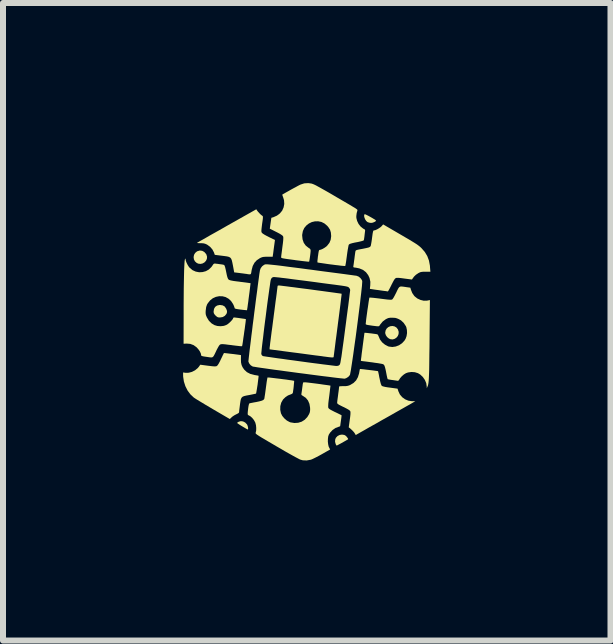
<source format=kicad_pcb>
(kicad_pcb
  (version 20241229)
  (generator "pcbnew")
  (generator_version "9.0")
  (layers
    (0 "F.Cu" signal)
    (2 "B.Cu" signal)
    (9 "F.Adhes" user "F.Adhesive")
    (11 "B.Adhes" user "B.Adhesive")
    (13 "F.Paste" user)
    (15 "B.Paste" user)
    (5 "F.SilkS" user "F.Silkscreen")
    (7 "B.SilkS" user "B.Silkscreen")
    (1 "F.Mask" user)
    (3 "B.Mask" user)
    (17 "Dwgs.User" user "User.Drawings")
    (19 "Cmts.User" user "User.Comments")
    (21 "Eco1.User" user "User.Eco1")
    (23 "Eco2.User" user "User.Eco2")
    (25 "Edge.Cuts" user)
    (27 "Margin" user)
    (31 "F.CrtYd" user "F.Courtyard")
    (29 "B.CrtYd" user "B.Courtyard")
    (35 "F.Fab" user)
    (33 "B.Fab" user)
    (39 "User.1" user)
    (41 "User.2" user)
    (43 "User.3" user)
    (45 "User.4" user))
  (footprint "Logo_5x5mm"
    (layer "F.Cu")
    (at 2.083 2.33)
    (property "Reference" "Logo_5x5mm" (at 0 0 0) (layer "F.SilkS") (effects (font (size 0.001 0.001) (thickness 0.15))))
    (attr board_only exclude_from_pos_files exclude_from_bom)
    (fp_poly (pts (xy -1.765 -1.202) (xy -1.73 -1.183) (xy -1.701 -1.15) (xy -1.695 -1.14) (xy -1.684 -1.103) (xy -1.687 -1.068) (xy -1.702 -1.036) (xy -1.726 -1.01) (xy -1.757 -0.992) (xy -1.792 -0.984) (xy -1.829 -0.988) (xy -1.856 -1) (xy -1.886 -1.027) (xy -1.903 -1.06) (xy -1.908 -1.098) (xy -1.901 -1.135) (xy -1.882 -1.167) (xy -1.851 -1.193) (xy -1.846 -1.195) (xy -1.805 -1.207)) (stroke (width 0) (type solid)) (fill yes) (layer "F.SilkS"))
    (fp_poly (pts (xy 1.439 0.057) (xy 1.471 0.076) (xy 1.495 0.107) (xy 1.496 0.109) (xy 1.508 0.147) (xy 1.506 0.184) (xy 1.493 0.217) (xy 1.47 0.245) (xy 1.441 0.264) (xy 1.407 0.274) (xy 1.37 0.27) (xy 1.344 0.258) (xy 1.315 0.234) (xy 1.294 0.203) (xy 1.284 0.171) (xy 1.283 0.164) (xy 1.29 0.124) (xy 1.309 0.091) (xy 1.336 0.068) (xy 1.369 0.054) (xy 1.404 0.05)) (stroke (width 0) (type solid)) (fill yes) (layer "F.SilkS"))
    (fp_poly (pts (xy -1.084 1.64) (xy -1.049 1.658) (xy -1.02 1.688) (xy -1.016 1.694) (xy -1.008 1.714) (xy -1.002 1.737) (xy -1 1.758) (xy -1.002 1.772) (xy -1.006 1.774) (xy -1.015 1.77) (xy -1.036 1.759) (xy -1.064 1.742) (xy -1.098 1.722) (xy -1.131 1.702) (xy -1.158 1.684) (xy -1.177 1.671) (xy -1.183 1.665) (xy -1.183 1.665) (xy -1.177 1.657) (xy -1.16 1.647) (xy -1.157 1.645) (xy -1.121 1.635)) (stroke (width 0) (type solid)) (fill yes) (layer "F.SilkS"))
    (fp_poly (pts (xy 0.951 -1.81) (xy 0.971 -1.801) (xy 0.999 -1.787) (xy 1.03 -1.77) (xy 1.062 -1.752) (xy 1.092 -1.734) (xy 1.115 -1.72) (xy 1.128 -1.709) (xy 1.13 -1.707) (xy 1.127 -1.698) (xy 1.113 -1.687) (xy 1.091 -1.677) (xy 1.067 -1.669) (xy 1.046 -1.667) (xy 1.017 -1.671) (xy 0.989 -1.681) (xy 0.987 -1.682) (xy 0.967 -1.7) (xy 0.95 -1.725) (xy 0.938 -1.754) (xy 0.932 -1.781) (xy 0.934 -1.802) (xy 0.941 -1.812)) (stroke (width 0) (type solid)) (fill yes) (layer "F.SilkS"))
    (fp_poly (pts (xy -1.423 -0.293) (xy -1.39 -0.274) (xy -1.367 -0.24) (xy -1.366 -0.239) (xy -1.354 -0.208) (xy -1.351 -0.184) (xy -1.357 -0.161) (xy -1.363 -0.149) (xy -1.388 -0.119) (xy -1.423 -0.099) (xy -1.467 -0.092) (xy -1.47 -0.092) (xy -1.495 -0.093) (xy -1.514 -0.1) (xy -1.533 -0.115) (xy -1.543 -0.124) (xy -1.562 -0.146) (xy -1.572 -0.165) (xy -1.575 -0.187) (xy -1.575 -0.191) (xy -1.568 -0.235) (xy -1.549 -0.268) (xy -1.518 -0.29) (xy -1.476 -0.3) (xy -1.467 -0.3)) (stroke (width 0) (type solid)) (fill yes) (layer "F.SilkS"))
    (fp_poly (pts (xy 0.602 1.865) (xy 0.616 1.872) (xy 0.632 1.884) (xy 0.647 1.902) (xy 0.66 1.919) (xy 0.666 1.933) (xy 0.665 1.937) (xy 0.656 1.943) (xy 0.635 1.955) (xy 0.607 1.971) (xy 0.575 1.989) (xy 0.543 2.007) (xy 0.514 2.022) (xy 0.491 2.035) (xy 0.477 2.041) (xy 0.475 2.042) (xy 0.468 2.035) (xy 0.459 2.018) (xy 0.458 2.015) (xy 0.448 1.977) (xy 0.451 1.939) (xy 0.462 1.912) (xy 0.49 1.883) (xy 0.525 1.865) (xy 0.564 1.859)) (stroke (width 0) (type solid)) (fill yes) (layer "F.SilkS"))
    (fp_poly (pts (xy -0.475 -0.624) (xy -0.449 -0.621) (xy -0.409 -0.616) (xy -0.359 -0.61) (xy -0.299 -0.602) (xy -0.232 -0.594) (xy -0.159 -0.584) (xy -0.081 -0.574) (xy -0.001 -0.564) (xy 0.079 -0.553) (xy 0.159 -0.542) (xy 0.236 -0.532) (xy 0.308 -0.522) (xy 0.375 -0.513) (xy 0.434 -0.505) (xy 0.483 -0.498) (xy 0.521 -0.493) (xy 0.547 -0.489) (xy 0.557 -0.487) (xy 0.557 -0.487) (xy 0.557 -0.478) (xy 0.555 -0.455) (xy 0.55 -0.417) (xy 0.544 -0.367) (xy 0.537 -0.307) (xy 0.528 -0.237) (xy 0.518 -0.158) (xy 0.507 -0.073) (xy 0.495 0.017) (xy 0.493 0.035) (xy 0.481 0.127) (xy 0.47 0.213) (xy 0.459 0.293) (xy 0.45 0.366) (xy 0.442 0.429) (xy 0.435 0.482) (xy 0.43 0.523) (xy 0.426 0.551) (xy 0.425 0.564) (xy 0.425 0.565) (xy 0.423 0.57) (xy 0.414 0.573) (xy 0.398 0.574) (xy 0.373 0.572) (xy 0.335 0.568) (xy 0.284 0.561) (xy 0.258 0.558) (xy 0.227 0.553) (xy 0.18 0.547) (xy 0.122 0.54) (xy 0.055 0.531) (xy -0.02 0.521) (xy -0.101 0.51) (xy -0.184 0.499) (xy -0.248 0.491) (xy -0.642 0.439) (xy -0.642 0.417) (xy -0.641 0.405) (xy -0.637 0.378) (xy -0.633 0.338) (xy -0.626 0.285) (xy -0.618 0.222) (xy -0.609 0.15) (xy -0.598 0.071) (xy -0.587 -0.015) (xy -0.575 -0.105) (xy -0.575 -0.108) (xy -0.563 -0.198) (xy -0.552 -0.283) (xy -0.542 -0.362) (xy -0.532 -0.432) (xy -0.524 -0.494) (xy -0.518 -0.545) (xy -0.513 -0.583) (xy -0.51 -0.608) (xy -0.508 -0.619) (xy -0.508 -0.619) (xy -0.501 -0.623) (xy -0.488 -0.625)) (stroke (width 0) (type solid)) (fill yes) (layer "F.SilkS"))
    (fp_poly (pts (xy -0.851 -1.874) (xy -0.835 -1.853) (xy -0.812 -1.828) (xy -0.789 -1.805) (xy -0.769 -1.789) (xy -0.764 -1.786) (xy -0.758 -1.782) (xy -0.755 -1.776) (xy -0.754 -1.765) (xy -0.754 -1.747) (xy -0.757 -1.719) (xy -0.763 -1.678) (xy -0.767 -1.651) (xy -0.773 -1.602) (xy -0.777 -1.567) (xy -0.779 -1.542) (xy -0.779 -1.526) (xy -0.777 -1.514) (xy -0.772 -1.505) (xy -0.771 -1.503) (xy -0.756 -1.489) (xy -0.728 -1.471) (xy -0.688 -1.449) (xy -0.655 -1.432) (xy -0.553 -1.383) (xy -0.572 -1.244) (xy -0.578 -1.198) (xy -0.583 -1.158) (xy -0.588 -1.127) (xy -0.59 -1.108) (xy -0.591 -1.103) (xy -0.599 -1.103) (xy -0.62 -1.103) (xy -0.651 -1.103) (xy -0.673 -1.103) (xy -0.712 -1.103) (xy -0.741 -1.101) (xy -0.763 -1.097) (xy -0.785 -1.089) (xy -0.802 -1.081) (xy -0.854 -1.047) (xy -0.894 -1.004) (xy -0.923 -0.95) (xy -0.941 -0.883) (xy -0.943 -0.871) (xy -0.948 -0.839) (xy -0.953 -0.82) (xy -0.963 -0.811) (xy -0.981 -0.81) (xy -1.01 -0.814) (xy -1.025 -0.817) (xy -1.05 -0.82) (xy -1.085 -0.825) (xy -1.126 -0.83) (xy -1.147 -0.833) (xy -1.232 -0.843) (xy -1.253 -0.957) (xy -1.263 -1.007) (xy -1.272 -1.045) (xy -1.283 -1.071) (xy -1.298 -1.089) (xy -1.32 -1.101) (xy -1.352 -1.109) (xy -1.395 -1.115) (xy -1.435 -1.12) (xy -1.555 -1.135) (xy -1.57 -1.177) (xy -1.596 -1.226) (xy -1.635 -1.27) (xy -1.683 -1.305) (xy -1.687 -1.307) (xy -1.714 -1.319) (xy -1.74 -1.326) (xy -1.773 -1.329) (xy -1.793 -1.329) (xy -1.823 -1.33) (xy -1.843 -1.331) (xy -1.852 -1.334) (xy -1.852 -1.334) (xy -1.844 -1.339) (xy -1.822 -1.352) (xy -1.789 -1.371) (xy -1.744 -1.396) (xy -1.69 -1.427) (xy -1.628 -1.463) (xy -1.558 -1.502) (xy -1.481 -1.545) (xy -1.4 -1.591) (xy -1.355 -1.617) (xy -0.864 -1.894)) (stroke (width 0) (type solid)) (fill yes) (layer "F.SilkS"))
    (fp_poly (pts (xy -1.372 0.503) (xy -1.338 0.507) (xy -1.297 0.512) (xy -1.26 0.516) (xy -1.119 0.535) (xy -1.12 0.607) (xy -1.118 0.659) (xy -1.109 0.7) (xy -1.093 0.736) (xy -1.068 0.773) (xy -1.063 0.779) (xy -1.02 0.819) (xy -0.964 0.848) (xy -0.897 0.866) (xy -0.891 0.867) (xy -0.861 0.872) (xy -0.838 0.876) (xy -0.827 0.879) (xy -0.826 0.879) (xy -0.826 0.889) (xy -0.828 0.911) (xy -0.832 0.943) (xy -0.837 0.982) (xy -0.842 1.025) (xy -0.849 1.068) (xy -0.855 1.107) (xy -0.861 1.141) (xy -0.865 1.164) (xy -0.868 1.175) (xy -0.869 1.176) (xy -0.879 1.179) (xy -0.903 1.184) (xy -0.936 1.191) (xy -0.976 1.199) (xy -0.981 1.2) (xy -1.031 1.209) (xy -1.068 1.218) (xy -1.093 1.229) (xy -1.11 1.246) (xy -1.121 1.27) (xy -1.128 1.304) (xy -1.135 1.351) (xy -1.136 1.36) (xy -1.141 1.401) (xy -1.146 1.438) (xy -1.149 1.466) (xy -1.15 1.482) (xy -1.15 1.482) (xy -1.154 1.495) (xy -1.168 1.506) (xy -1.195 1.52) (xy -1.198 1.521) (xy -1.23 1.538) (xy -1.26 1.558) (xy -1.275 1.571) (xy -1.305 1.6) (xy -1.584 1.437) (xy -1.648 1.399) (xy -1.709 1.363) (xy -1.765 1.329) (xy -1.815 1.299) (xy -1.856 1.274) (xy -1.887 1.254) (xy -1.905 1.242) (xy -1.906 1.241) (xy -1.961 1.189) (xy -2.008 1.126) (xy -2.045 1.053) (xy -2.07 0.975) (xy -2.082 0.895) (xy -2.083 0.868) (xy -2.083 0.824) (xy -2.043 0.83) (xy -1.99 0.829) (xy -1.935 0.814) (xy -1.884 0.788) (xy -1.839 0.751) (xy -1.819 0.727) (xy -1.797 0.695) (xy -1.669 0.712) (xy -1.619 0.718) (xy -1.582 0.722) (xy -1.556 0.723) (xy -1.538 0.722) (xy -1.526 0.719) (xy -1.522 0.717) (xy -1.508 0.704) (xy -1.489 0.675) (xy -1.466 0.631) (xy -1.454 0.605) (xy -1.436 0.568) (xy -1.421 0.536) (xy -1.409 0.513) (xy -1.404 0.502) (xy -1.403 0.501) (xy -1.394 0.501)) (stroke (width 0) (type solid)) (fill yes) (layer "F.SilkS"))
    (fp_poly (pts (xy 0.872 0.767) (xy 0.894 0.769) (xy 0.926 0.772) (xy 0.965 0.777) (xy 1.008 0.782) (xy 1.051 0.787) (xy 1.091 0.792) (xy 1.126 0.797) (xy 1.151 0.8) (xy 1.163 0.803) (xy 1.164 0.803) (xy 1.166 0.811) (xy 1.171 0.833) (xy 1.178 0.865) (xy 1.185 0.905) (xy 1.188 0.917) (xy 1.2 0.974) (xy 1.211 1.015) (xy 1.221 1.039) (xy 1.225 1.045) (xy 1.235 1.052) (xy 1.254 1.058) (xy 1.283 1.065) (xy 1.325 1.072) (xy 1.365 1.077) (xy 1.489 1.094) (xy 1.503 1.138) (xy 1.528 1.191) (xy 1.566 1.236) (xy 1.614 1.271) (xy 1.669 1.294) (xy 1.728 1.303) (xy 1.729 1.303) (xy 1.784 1.303) (xy 1.761 1.317) (xy 1.749 1.324) (xy 1.725 1.338) (xy 1.689 1.359) (xy 1.642 1.385) (xy 1.586 1.417) (xy 1.522 1.453) (xy 1.451 1.493) (xy 1.376 1.536) (xy 1.296 1.581) (xy 1.292 1.583) (xy 1.212 1.628) (xy 1.136 1.672) (xy 1.064 1.712) (xy 1 1.748) (xy 0.943 1.781) (xy 0.895 1.808) (xy 0.858 1.829) (xy 0.832 1.844) (xy 0.819 1.851) (xy 0.819 1.851) (xy 0.793 1.867) (xy 0.78 1.844) (xy 0.763 1.819) (xy 0.734 1.788) (xy 0.699 1.756) (xy 0.694 1.752) (xy 0.676 1.738) (xy 0.693 1.614) (xy 0.7 1.562) (xy 0.704 1.524) (xy 0.705 1.497) (xy 0.704 1.479) (xy 0.701 1.469) (xy 0.691 1.457) (xy 0.671 1.443) (xy 0.639 1.425) (xy 0.593 1.401) (xy 0.587 1.399) (xy 0.545 1.378) (xy 0.516 1.363) (xy 0.497 1.351) (xy 0.487 1.342) (xy 0.484 1.333) (xy 0.483 1.33) (xy 0.484 1.315) (xy 0.487 1.287) (xy 0.492 1.25) (xy 0.498 1.206) (xy 0.5 1.188) (xy 0.506 1.144) (xy 0.511 1.106) (xy 0.514 1.077) (xy 0.516 1.061) (xy 0.517 1.058) (xy 0.524 1.055) (xy 0.545 1.053) (xy 0.574 1.052) (xy 0.586 1.052) (xy 0.625 1.052) (xy 0.654 1.048) (xy 0.68 1.041) (xy 0.701 1.032) (xy 0.756 0.999) (xy 0.799 0.956) (xy 0.829 0.902) (xy 0.849 0.837) (xy 0.851 0.823) (xy 0.856 0.795) (xy 0.86 0.775) (xy 0.863 0.767)) (stroke (width 0) (type solid)) (fill yes) (layer "F.SilkS"))
    (fp_poly (pts (xy 1.539 -1.473) (xy 1.614 -1.429) (xy 1.676 -1.393) (xy 1.727 -1.362) (xy 1.768 -1.337) (xy 1.801 -1.316) (xy 1.827 -1.298) (xy 1.849 -1.281) (xy 1.867 -1.266) (xy 1.884 -1.25) (xy 1.888 -1.246) (xy 1.943 -1.183) (xy 1.984 -1.115) (xy 2.012 -1.04) (xy 2.028 -0.955) (xy 2.03 -0.925) (xy 2.036 -0.854) (xy 1.957 -0.854) (xy 1.919 -0.854) (xy 1.892 -0.851) (xy 1.871 -0.847) (xy 1.85 -0.838) (xy 1.835 -0.83) (xy 1.795 -0.803) (xy 1.763 -0.772) (xy 1.742 -0.743) (xy 1.729 -0.724) (xy 1.604 -0.74) (xy 1.553 -0.747) (xy 1.515 -0.751) (xy 1.488 -0.752) (xy 1.47 -0.751) (xy 1.458 -0.747) (xy 1.458 -0.747) (xy 1.446 -0.737) (xy 1.431 -0.717) (xy 1.413 -0.684) (xy 1.389 -0.638) (xy 1.386 -0.631) (xy 1.367 -0.593) (xy 1.35 -0.561) (xy 1.337 -0.538) (xy 1.329 -0.527) (xy 1.327 -0.526) (xy 1.317 -0.527) (xy 1.294 -0.531) (xy 1.259 -0.535) (xy 1.216 -0.541) (xy 1.176 -0.547) (xy 1.129 -0.553) (xy 1.088 -0.559) (xy 1.056 -0.564) (xy 1.035 -0.567) (xy 1.029 -0.569) (xy 1.029 -0.577) (xy 1.031 -0.598) (xy 1.034 -0.621) (xy 1.036 -0.687) (xy 1.022 -0.75) (xy 1 -0.797) (xy 0.963 -0.846) (xy 0.914 -0.884) (xy 0.854 -0.909) (xy 0.797 -0.921) (xy 0.77 -0.924) (xy 0.756 -0.928) (xy 0.752 -0.935) (xy 0.753 -0.948) (xy 0.753 -0.949) (xy 0.756 -0.965) (xy 0.76 -0.994) (xy 0.765 -1.032) (xy 0.771 -1.074) (xy 0.771 -1.075) (xy 0.776 -1.116) (xy 0.781 -1.153) (xy 0.785 -1.181) (xy 0.788 -1.196) (xy 0.788 -1.197) (xy 0.791 -1.204) (xy 0.799 -1.211) (xy 0.815 -1.217) (xy 0.841 -1.223) (xy 0.881 -1.231) (xy 0.894 -1.233) (xy 0.944 -1.243) (xy 0.981 -1.251) (xy 1.006 -1.257) (xy 1.023 -1.264) (xy 1.033 -1.271) (xy 1.04 -1.28) (xy 1.041 -1.281) (xy 1.045 -1.295) (xy 1.05 -1.322) (xy 1.056 -1.357) (xy 1.062 -1.398) (xy 1.062 -1.4) (xy 1.069 -1.452) (xy 1.074 -1.489) (xy 1.079 -1.514) (xy 1.083 -1.53) (xy 1.087 -1.538) (xy 1.092 -1.541) (xy 1.099 -1.542) (xy 1.12 -1.547) (xy 1.149 -1.56) (xy 1.18 -1.578) (xy 1.208 -1.598) (xy 1.224 -1.613) (xy 1.249 -1.642)) (stroke (width 0) (type solid)) (fill yes) (layer "F.SilkS"))
    (fp_poly (pts (xy 1.584 -0.605) (xy 1.626 -0.599) (xy 1.637 -0.597) (xy 1.702 -0.588) (xy 1.712 -0.554) (xy 1.734 -0.499) (xy 1.764 -0.455) (xy 1.776 -0.442) (xy 1.819 -0.408) (xy 1.871 -0.384) (xy 1.925 -0.371) (xy 1.978 -0.372) (xy 1.989 -0.374) (xy 2.028 -0.382) (xy 2.022 0.278) (xy 2.021 0.405) (xy 2.019 0.517) (xy 2.018 0.615) (xy 2.017 0.699) (xy 2.016 0.771) (xy 2.014 0.832) (xy 2.012 0.883) (xy 2.01 0.926) (xy 2.008 0.96) (xy 2.005 0.988) (xy 2.002 1.011) (xy 1.998 1.029) (xy 1.994 1.044) (xy 1.989 1.057) (xy 1.987 1.06) (xy 1.976 1.087) (xy 1.975 1.058) (xy 1.967 1.002) (xy 1.944 0.948) (xy 1.91 0.899) (xy 1.867 0.859) (xy 1.829 0.836) (xy 1.777 0.82) (xy 1.72 0.816) (xy 1.664 0.824) (xy 1.629 0.836) (xy 1.595 0.857) (xy 1.56 0.887) (xy 1.531 0.92) (xy 1.515 0.946) (xy 1.503 0.961) (xy 1.488 0.963) (xy 1.472 0.96) (xy 1.445 0.956) (xy 1.411 0.951) (xy 1.4 0.95) (xy 1.367 0.945) (xy 1.341 0.94) (xy 1.326 0.936) (xy 1.324 0.935) (xy 1.321 0.925) (xy 1.315 0.902) (xy 1.308 0.87) (xy 1.301 0.833) (xy 1.291 0.782) (xy 1.282 0.745) (xy 1.274 0.719) (xy 1.266 0.702) (xy 1.256 0.691) (xy 1.244 0.685) (xy 1.243 0.685) (xy 1.228 0.681) (xy 1.2 0.676) (xy 1.16 0.669) (xy 1.113 0.663) (xy 1.061 0.655) (xy 1.05 0.654) (xy 0.999 0.647) (xy 0.954 0.641) (xy 0.917 0.637) (xy 0.891 0.633) (xy 0.879 0.631) (xy 0.878 0.631) (xy 0.879 0.622) (xy 0.881 0.6) (xy 0.886 0.565) (xy 0.891 0.519) (xy 0.898 0.466) (xy 0.906 0.406) (xy 0.907 0.396) (xy 0.938 0.163) (xy 0.959 0.164) (xy 0.983 0.166) (xy 1.016 0.17) (xy 1.053 0.174) (xy 1.089 0.179) (xy 1.12 0.183) (xy 1.143 0.187) (xy 1.151 0.188) (xy 1.162 0.198) (xy 1.172 0.218) (xy 1.174 0.223) (xy 1.197 0.276) (xy 1.233 0.323) (xy 1.279 0.361) (xy 1.33 0.388) (xy 1.345 0.393) (xy 1.402 0.4) (xy 1.459 0.392) (xy 1.514 0.371) (xy 1.564 0.337) (xy 1.604 0.294) (xy 1.623 0.263) (xy 1.639 0.219) (xy 1.647 0.168) (xy 1.645 0.117) (xy 1.635 0.07) (xy 1.627 0.052) (xy 1.591 -0.002) (xy 1.547 -0.043) (xy 1.51 -0.064) (xy 1.479 -0.077) (xy 1.451 -0.085) (xy 1.418 -0.087) (xy 1.4 -0.087) (xy 1.364 -0.087) (xy 1.338 -0.083) (xy 1.315 -0.074) (xy 1.292 -0.062) (xy 1.242 -0.025) (xy 1.2 0.026) (xy 1.188 0.045) (xy 1.183 0.051) (xy 1.176 0.054) (xy 1.163 0.055) (xy 1.142 0.054) (xy 1.11 0.05) (xy 1.069 0.045) (xy 1.023 0.038) (xy 0.991 0.033) (xy 0.971 0.028) (xy 0.961 0.022) (xy 0.958 0.017) (xy 0.96 0.002) (xy 0.963 -0.026) (xy 0.967 -0.064) (xy 0.973 -0.109) (xy 0.98 -0.159) (xy 0.987 -0.212) (xy 0.995 -0.263) (xy 1.002 -0.312) (xy 1.008 -0.355) (xy 1.014 -0.39) (xy 1.018 -0.413) (xy 1.02 -0.423) (xy 1.02 -0.423) (xy 1.03 -0.423) (xy 1.053 -0.422) (xy 1.088 -0.419) (xy 1.132 -0.414) (xy 1.183 -0.408) (xy 1.203 -0.405) (xy 1.267 -0.397) (xy 1.315 -0.391) (xy 1.351 -0.388) (xy 1.376 -0.387) (xy 1.392 -0.389) (xy 1.399 -0.391) (xy 1.409 -0.402) (xy 1.425 -0.426) (xy 1.444 -0.461) (xy 1.465 -0.503) (xy 1.466 -0.504) (xy 1.486 -0.547) (xy 1.502 -0.577) (xy 1.516 -0.596) (xy 1.532 -0.606) (xy 1.553 -0.608)) (stroke (width 0) (type solid)) (fill yes) (layer "F.SilkS"))
    (fp_poly (pts (xy 0.058 -2.322) (xy 0.069 -2.318) (xy 0.081 -2.314) (xy 0.095 -2.308) (xy 0.113 -2.3) (xy 0.135 -2.289) (xy 0.162 -2.274) (xy 0.195 -2.256) (xy 0.236 -2.233) (xy 0.284 -2.206) (xy 0.342 -2.173) (xy 0.409 -2.134) (xy 0.487 -2.088) (xy 0.578 -2.035) (xy 0.681 -1.975) (xy 0.744 -1.937) (xy 0.783 -1.914) (xy 0.807 -1.897) (xy 0.82 -1.885) (xy 0.821 -1.877) (xy 0.808 -1.829) (xy 0.802 -1.78) (xy 0.803 -1.75) (xy 0.816 -1.699) (xy 0.84 -1.649) (xy 0.874 -1.606) (xy 0.914 -1.574) (xy 0.931 -1.564) (xy 0.945 -1.556) (xy 0.949 -1.542) (xy 0.947 -1.525) (xy 0.944 -1.501) (xy 0.94 -1.468) (xy 0.937 -1.44) (xy 0.933 -1.411) (xy 0.929 -1.387) (xy 0.925 -1.376) (xy 0.915 -1.371) (xy 0.892 -1.364) (xy 0.86 -1.356) (xy 0.829 -1.349) (xy 0.775 -1.339) (xy 0.736 -1.33) (xy 0.708 -1.322) (xy 0.69 -1.315) (xy 0.679 -1.306) (xy 0.675 -1.3) (xy 0.672 -1.288) (xy 0.667 -1.261) (xy 0.66 -1.224) (xy 0.653 -1.179) (xy 0.646 -1.128) (xy 0.645 -1.12) (xy 0.638 -1.069) (xy 0.632 -1.024) (xy 0.626 -0.988) (xy 0.621 -0.962) (xy 0.618 -0.95) (xy 0.618 -0.949) (xy 0.608 -0.949) (xy 0.585 -0.951) (xy 0.549 -0.954) (xy 0.503 -0.96) (xy 0.45 -0.966) (xy 0.39 -0.974) (xy 0.386 -0.974) (xy 0.327 -0.982) (xy 0.273 -0.99) (xy 0.226 -0.997) (xy 0.19 -1.002) (xy 0.165 -1.006) (xy 0.155 -1.009) (xy 0.155 -1.009) (xy 0.154 -1.019) (xy 0.155 -1.041) (xy 0.159 -1.074) (xy 0.163 -1.113) (xy 0.164 -1.115) (xy 0.17 -1.159) (xy 0.175 -1.189) (xy 0.18 -1.207) (xy 0.186 -1.215) (xy 0.191 -1.217) (xy 0.213 -1.222) (xy 0.243 -1.235) (xy 0.275 -1.254) (xy 0.304 -1.275) (xy 0.318 -1.289) (xy 0.354 -1.335) (xy 0.375 -1.385) (xy 0.383 -1.442) (xy 0.383 -1.454) (xy 0.378 -1.508) (xy 0.364 -1.554) (xy 0.336 -1.597) (xy 0.317 -1.619) (xy 0.271 -1.658) (xy 0.221 -1.683) (xy 0.167 -1.694) (xy 0.113 -1.693) (xy 0.061 -1.681) (xy 0.012 -1.657) (xy -0.03 -1.624) (xy -0.065 -1.582) (xy -0.088 -1.532) (xy -0.099 -1.474) (xy -0.1 -1.458) (xy -0.093 -1.392) (xy -0.073 -1.335) (xy -0.04 -1.289) (xy 0.005 -1.253) (xy 0.028 -1.238) (xy 0.038 -1.225) (xy 0.041 -1.209) (xy 0.041 -1.205) (xy 0.04 -1.185) (xy 0.037 -1.156) (xy 0.033 -1.122) (xy 0.028 -1.087) (xy 0.023 -1.056) (xy 0.019 -1.033) (xy 0.016 -1.021) (xy 0.015 -1.021) (xy 0.006 -1.021) (xy -0.017 -1.023) (xy -0.053 -1.027) (xy -0.098 -1.032) (xy -0.152 -1.039) (xy -0.211 -1.046) (xy -0.219 -1.048) (xy -0.287 -1.057) (xy -0.34 -1.064) (xy -0.38 -1.07) (xy -0.409 -1.075) (xy -0.429 -1.079) (xy -0.441 -1.083) (xy -0.447 -1.087) (xy -0.45 -1.092) (xy -0.45 -1.095) (xy -0.449 -1.109) (xy -0.446 -1.136) (xy -0.441 -1.173) (xy -0.435 -1.219) (xy -0.429 -1.267) (xy -0.421 -1.327) (xy -0.416 -1.373) (xy -0.414 -1.406) (xy -0.414 -1.428) (xy -0.417 -1.441) (xy -0.417 -1.442) (xy -0.425 -1.453) (xy -0.443 -1.467) (xy -0.471 -1.485) (xy -0.512 -1.507) (xy -0.532 -1.517) (xy -0.639 -1.571) (xy -0.613 -1.752) (xy -0.579 -1.762) (xy -0.52 -1.788) (xy -0.471 -1.825) (xy -0.433 -1.871) (xy -0.409 -1.925) (xy -0.398 -1.983) (xy -0.402 -2.045) (xy -0.416 -2.091) (xy -0.425 -2.116) (xy -0.43 -2.133) (xy -0.431 -2.138) (xy -0.421 -2.145) (xy -0.399 -2.157) (xy -0.368 -2.175) (xy -0.33 -2.196) (xy -0.29 -2.219) (xy -0.248 -2.242) (xy -0.208 -2.263) (xy -0.174 -2.282) (xy -0.147 -2.296) (xy -0.13 -2.304) (xy -0.129 -2.305) (xy -0.064 -2.326) (xy 0.003 -2.33)) (stroke (width 0) (type solid)) (fill yes) (layer "F.SilkS"))
    (fp_poly (pts (xy -2.042 -1.07) (xy -2.042 -1.058) (xy -2.037 -1.033) (xy -2.024 -1) (xy -2.006 -0.965) (xy -1.986 -0.934) (xy -1.972 -0.918) (xy -1.926 -0.88) (xy -1.873 -0.856) (xy -1.816 -0.845) (xy -1.759 -0.848) (xy -1.704 -0.863) (xy -1.654 -0.891) (xy -1.612 -0.932) (xy -1.598 -0.951) (xy -1.583 -0.974) (xy -1.571 -0.986) (xy -1.559 -0.99) (xy -1.54 -0.989) (xy -1.538 -0.988) (xy -1.509 -0.985) (xy -1.475 -0.98) (xy -1.458 -0.978) (xy -1.43 -0.974) (xy -1.408 -0.969) (xy -1.4 -0.966) (xy -1.392 -0.955) (xy -1.383 -0.929) (xy -1.373 -0.887) (xy -1.366 -0.853) (xy -1.355 -0.799) (xy -1.345 -0.761) (xy -1.335 -0.736) (xy -1.329 -0.728) (xy -1.322 -0.721) (xy -1.312 -0.716) (xy -1.297 -0.711) (xy -1.274 -0.706) (xy -1.242 -0.7) (xy -1.198 -0.694) (xy -1.139 -0.687) (xy -1.137 -0.686) (xy -1.086 -0.68) (xy -1.039 -0.674) (xy -1.002 -0.669) (xy -0.975 -0.665) (xy -0.961 -0.663) (xy -0.96 -0.662) (xy -0.96 -0.654) (xy -0.963 -0.632) (xy -0.967 -0.598) (xy -0.972 -0.556) (xy -0.978 -0.507) (xy -0.985 -0.456) (xy -0.992 -0.403) (xy -0.998 -0.352) (xy -1.005 -0.305) (xy -1.01 -0.265) (xy -1.015 -0.235) (xy -1.018 -0.217) (xy -1.019 -0.212) (xy -1.027 -0.213) (xy -1.049 -0.215) (xy -1.081 -0.218) (xy -1.12 -0.223) (xy -1.123 -0.223) (xy -1.166 -0.229) (xy -1.196 -0.234) (xy -1.214 -0.239) (xy -1.223 -0.244) (xy -1.225 -0.25) (xy -1.229 -0.264) (xy -1.238 -0.288) (xy -1.251 -0.316) (xy -1.285 -0.367) (xy -1.327 -0.405) (xy -1.376 -0.432) (xy -1.428 -0.445) (xy -1.483 -0.446) (xy -1.537 -0.435) (xy -1.588 -0.412) (xy -1.634 -0.376) (xy -1.672 -0.328) (xy -1.685 -0.306) (xy -1.699 -0.265) (xy -1.706 -0.209) (xy -1.707 -0.207) (xy -1.708 -0.172) (xy -1.706 -0.145) (xy -1.699 -0.121) (xy -1.687 -0.093) (xy -1.653 -0.037) (xy -1.607 0.008) (xy -1.559 0.036) (xy -1.512 0.05) (xy -1.458 0.054) (xy -1.405 0.048) (xy -1.365 0.034) (xy -1.341 0.02) (xy -1.315 -0.001) (xy -1.289 -0.026) (xy -1.268 -0.049) (xy -1.253 -0.07) (xy -1.25 -0.08) (xy -1.243 -0.09) (xy -1.235 -0.092) (xy -1.221 -0.091) (xy -1.197 -0.088) (xy -1.165 -0.084) (xy -1.13 -0.079) (xy -1.096 -0.074) (xy -1.066 -0.07) (xy -1.045 -0.066) (xy -1.037 -0.064) (xy -1.038 -0.056) (xy -1.04 -0.033) (xy -1.044 0.001) (xy -1.05 0.044) (xy -1.056 0.092) (xy -1.064 0.144) (xy -1.071 0.197) (xy -1.079 0.249) (xy -1.085 0.295) (xy -1.091 0.335) (xy -1.096 0.365) (xy -1.1 0.383) (xy -1.101 0.387) (xy -1.11 0.387) (xy -1.133 0.386) (xy -1.168 0.382) (xy -1.212 0.377) (xy -1.261 0.371) (xy -1.273 0.369) (xy -1.333 0.362) (xy -1.378 0.356) (xy -1.411 0.353) (xy -1.435 0.352) (xy -1.451 0.354) (xy -1.462 0.357) (xy -1.463 0.357) (xy -1.474 0.365) (xy -1.487 0.382) (xy -1.503 0.41) (xy -1.524 0.449) (xy -1.534 0.471) (xy -1.554 0.513) (xy -1.569 0.542) (xy -1.582 0.561) (xy -1.596 0.571) (xy -1.614 0.574) (xy -1.639 0.572) (xy -1.674 0.567) (xy -1.679 0.566) (xy -1.722 0.56) (xy -1.751 0.555) (xy -1.77 0.55) (xy -1.779 0.545) (xy -1.783 0.539) (xy -1.783 0.533) (xy -1.789 0.505) (xy -1.805 0.472) (xy -1.829 0.438) (xy -1.857 0.407) (xy -1.857 0.406) (xy -1.908 0.369) (xy -1.964 0.348) (xy -2.025 0.343) (xy -2.029 0.343) (xy -2.075 0.346) (xy -2.074 -0.133) (xy -2.074 -0.296) (xy -2.073 -0.443) (xy -2.072 -0.575) (xy -2.07 -0.692) (xy -2.068 -0.793) (xy -2.066 -0.879) (xy -2.063 -0.948) (xy -2.06 -1.002) (xy -2.057 -1.039) (xy -2.053 -1.059) (xy -2.052 -1.062) (xy -2.045 -1.073)) (stroke (width 0) (type solid)) (fill yes) (layer "F.SilkS"))
    (fp_poly (pts (xy -0.644 0.909) (xy -0.61 0.913) (xy -0.567 0.918) (xy -0.519 0.924) (xy -0.467 0.93) (xy -0.414 0.937) (xy -0.364 0.943) (xy -0.318 0.95) (xy -0.28 0.955) (xy -0.252 0.96) (xy -0.236 0.963) (xy -0.234 0.964) (xy -0.233 0.973) (xy -0.235 0.994) (xy -0.238 1.024) (xy -0.241 1.059) (xy -0.245 1.095) (xy -0.25 1.128) (xy -0.253 1.153) (xy -0.256 1.164) (xy -0.265 1.178) (xy -0.287 1.188) (xy -0.295 1.191) (xy -0.336 1.207) (xy -0.378 1.235) (xy -0.413 1.269) (xy -0.42 1.277) (xy -0.449 1.328) (xy -0.464 1.386) (xy -0.465 1.447) (xy -0.453 1.505) (xy -0.431 1.548) (xy -0.397 1.589) (xy -0.355 1.625) (xy -0.311 1.649) (xy -0.296 1.655) (xy -0.229 1.666) (xy -0.166 1.662) (xy -0.108 1.644) (xy -0.057 1.612) (xy -0.014 1.567) (xy 0.015 1.519) (xy 0.026 1.492) (xy 0.031 1.468) (xy 0.033 1.44) (xy 0.032 1.41) (xy 0.021 1.346) (xy -0.003 1.291) (xy -0.039 1.247) (xy -0.085 1.216) (xy -0.107 1.202) (xy -0.114 1.19) (xy -0.113 1.185) (xy -0.111 1.171) (xy -0.107 1.145) (xy -0.102 1.11) (xy -0.099 1.086) (xy -0.094 1.049) (xy -0.09 1.019) (xy -0.085 0.998) (xy -0.083 0.991) (xy -0.077 0.989) (xy -0.062 0.988) (xy -0.037 0.989) (xy 0.000112 0.993) (xy 0.05 0.999) (xy 0.114 1.007) (xy 0.146 1.011) (xy 0.205 1.019) (xy 0.258 1.027) (xy 0.303 1.033) (xy 0.339 1.038) (xy 0.362 1.042) (xy 0.371 1.043) (xy 0.371 1.043) (xy 0.371 1.052) (xy 0.368 1.075) (xy 0.364 1.109) (xy 0.359 1.152) (xy 0.353 1.202) (xy 0.351 1.217) (xy 0.342 1.285) (xy 0.336 1.337) (xy 0.334 1.376) (xy 0.334 1.4) (xy 0.335 1.41) (xy 0.341 1.421) (xy 0.353 1.432) (xy 0.373 1.445) (xy 0.403 1.461) (xy 0.446 1.483) (xy 0.449 1.484) (xy 0.487 1.502) (xy 0.519 1.518) (xy 0.543 1.53) (xy 0.555 1.536) (xy 0.556 1.537) (xy 0.556 1.545) (xy 0.554 1.567) (xy 0.55 1.598) (xy 0.546 1.626) (xy 0.541 1.662) (xy 0.537 1.692) (xy 0.534 1.712) (xy 0.533 1.718) (xy 0.526 1.723) (xy 0.509 1.729) (xy 0.506 1.73) (xy 0.455 1.749) (xy 0.407 1.782) (xy 0.366 1.826) (xy 0.344 1.86) (xy 0.334 1.89) (xy 0.329 1.931) (xy 0.328 1.976) (xy 0.333 2.02) (xy 0.341 2.057) (xy 0.348 2.072) (xy 0.366 2.107) (xy 0.227 2.186) (xy 0.18 2.212) (xy 0.134 2.236) (xy 0.094 2.256) (xy 0.062 2.271) (xy 0.042 2.278) (xy -0.025 2.29) (xy -0.091 2.287) (xy -0.13 2.276) (xy -0.146 2.269) (xy -0.174 2.254) (xy -0.214 2.233) (xy -0.263 2.206) (xy -0.32 2.174) (xy -0.384 2.138) (xy -0.452 2.098) (xy -0.523 2.057) (xy -0.528 2.054) (xy -0.608 2.007) (xy -0.675 1.968) (xy -0.73 1.935) (xy -0.775 1.909) (xy -0.809 1.888) (xy -0.835 1.871) (xy -0.853 1.859) (xy -0.865 1.849) (xy -0.872 1.842) (xy -0.875 1.836) (xy -0.875 1.831) (xy -0.874 1.826) (xy -0.874 1.826) (xy -0.866 1.791) (xy -0.865 1.749) (xy -0.869 1.704) (xy -0.879 1.664) (xy -0.883 1.654) (xy -0.904 1.616) (xy -0.933 1.58) (xy -0.964 1.553) (xy -0.985 1.541) (xy -0.996 1.536) (xy -1.003 1.53) (xy -1.007 1.519) (xy -1.007 1.501) (xy -1.005 1.473) (xy -1 1.432) (xy -0.999 1.42) (xy -0.993 1.381) (xy -0.987 1.356) (xy -0.981 1.342) (xy -0.976 1.338) (xy -0.963 1.335) (xy -0.937 1.33) (xy -0.902 1.323) (xy -0.867 1.317) (xy -0.815 1.306) (xy -0.778 1.296) (xy -0.753 1.286) (xy -0.738 1.274) (xy -0.73 1.261) (xy -0.73 1.261) (xy -0.728 1.248) (xy -0.724 1.222) (xy -0.718 1.184) (xy -0.712 1.139) (xy -0.705 1.088) (xy -0.704 1.079) (xy -0.697 1.028) (xy -0.691 0.983) (xy -0.685 0.946) (xy -0.68 0.921) (xy -0.677 0.908) (xy -0.677 0.908) (xy -0.667 0.908)) (stroke (width 0) (type solid)) (fill yes) (layer "F.SilkS"))
    (fp_poly (pts (xy -0.681 -0.977) (xy -0.657 -0.975) (xy -0.626 -0.972) (xy -0.587 -0.968) (xy -0.538 -0.963) (xy -0.479 -0.956) (xy -0.409 -0.947) (xy -0.327 -0.936) (xy -0.231 -0.924) (xy -0.121 -0.91) (xy 0.004 -0.893) (xy 0.046 -0.888) (xy 0.155 -0.873) (xy 0.26 -0.859) (xy 0.36 -0.846) (xy 0.452 -0.834) (xy 0.537 -0.823) (xy 0.612 -0.813) (xy 0.677 -0.804) (xy 0.73 -0.797) (xy 0.771 -0.791) (xy 0.797 -0.788) (xy 0.807 -0.786) (xy 0.84 -0.773) (xy 0.87 -0.749) (xy 0.893 -0.718) (xy 0.9 -0.701) (xy 0.901 -0.688) (xy 0.899 -0.659) (xy 0.896 -0.616) (xy 0.89 -0.562) (xy 0.883 -0.497) (xy 0.874 -0.422) (xy 0.865 -0.34) (xy 0.854 -0.251) (xy 0.842 -0.157) (xy 0.83 -0.06) (xy 0.817 0.04) (xy 0.804 0.14) (xy 0.791 0.239) (xy 0.777 0.336) (xy 0.764 0.429) (xy 0.752 0.517) (xy 0.74 0.599) (xy 0.729 0.672) (xy 0.719 0.736) (xy 0.711 0.789) (xy 0.703 0.83) (xy 0.698 0.857) (xy 0.694 0.868) (xy 0.668 0.898) (xy 0.632 0.92) (xy 0.608 0.927) (xy 0.597 0.927) (xy 0.571 0.924) (xy 0.53 0.92) (xy 0.477 0.914) (xy 0.411 0.906) (xy 0.336 0.896) (xy 0.251 0.886) (xy 0.158 0.874) (xy 0.058 0.861) (xy -0.047 0.847) (xy -0.157 0.833) (xy -0.158 0.833) (xy -0.268 0.818) (xy -0.373 0.804) (xy -0.473 0.79) (xy -0.567 0.778) (xy -0.652 0.766) (xy -0.728 0.755) (xy -0.793 0.746) (xy -0.847 0.738) (xy -0.888 0.731) (xy -0.915 0.727) (xy -0.926 0.724) (xy -0.956 0.705) (xy -0.98 0.677) (xy -0.995 0.645) (xy -0.995 0.643) (xy -0.995 0.633) (xy -0.992 0.607) (xy -0.988 0.568) (xy -0.982 0.517) (xy -0.781 0.517) (xy -0.78 0.519) (xy -0.77 0.539) (xy -0.756 0.55) (xy -0.745 0.553) (xy -0.719 0.557) (xy -0.68 0.563) (xy -0.629 0.57) (xy -0.568 0.579) (xy -0.499 0.589) (xy -0.422 0.599) (xy -0.341 0.611) (xy -0.255 0.622) (xy -0.168 0.634) (xy -0.08 0.646) (xy 0.007 0.658) (xy 0.091 0.669) (xy 0.171 0.679) (xy 0.245 0.689) (xy 0.311 0.697) (xy 0.368 0.704) (xy 0.415 0.71) (xy 0.449 0.714) (xy 0.469 0.716) (xy 0.471 0.716) (xy 0.5 0.713) (xy 0.519 0.701) (xy 0.523 0.698) (xy 0.526 0.693) (xy 0.53 0.685) (xy 0.534 0.673) (xy 0.538 0.656) (xy 0.542 0.632) (xy 0.547 0.601) (xy 0.554 0.562) (xy 0.561 0.512) (xy 0.569 0.452) (xy 0.579 0.38) (xy 0.591 0.295) (xy 0.604 0.195) (xy 0.619 0.081) (xy 0.62 0.073) (xy 0.633 -0.026) (xy 0.645 -0.12) (xy 0.657 -0.209) (xy 0.668 -0.29) (xy 0.677 -0.363) (xy 0.685 -0.425) (xy 0.691 -0.477) (xy 0.696 -0.515) (xy 0.699 -0.54) (xy 0.7 -0.55) (xy 0.695 -0.567) (xy 0.682 -0.586) (xy 0.681 -0.587) (xy 0.676 -0.593) (xy 0.668 -0.598) (xy 0.658 -0.603) (xy 0.643 -0.607) (xy 0.621 -0.612) (xy 0.591 -0.617) (xy 0.551 -0.623) (xy 0.498 -0.63) (xy 0.432 -0.639) (xy 0.383 -0.645) (xy 0.238 -0.664) (xy 0.108 -0.682) (xy -0.007 -0.697) (xy -0.108 -0.71) (xy -0.196 -0.721) (xy -0.273 -0.731) (xy -0.338 -0.74) (xy -0.394 -0.747) (xy -0.44 -0.752) (xy -0.477 -0.757) (xy -0.508 -0.76) (xy -0.531 -0.762) (xy -0.55 -0.764) (xy -0.563 -0.765) (xy -0.573 -0.765) (xy -0.58 -0.764) (xy -0.585 -0.763) (xy -0.589 -0.762) (xy -0.589 -0.762) (xy -0.608 -0.75) (xy -0.62 -0.727) (xy -0.622 -0.721) (xy -0.626 -0.705) (xy -0.631 -0.674) (xy -0.637 -0.63) (xy -0.645 -0.576) (xy -0.654 -0.511) (xy -0.664 -0.439) (xy -0.675 -0.36) (xy -0.686 -0.277) (xy -0.697 -0.19) (xy -0.708 -0.102) (xy -0.72 -0.013) (xy -0.731 0.074) (xy -0.741 0.157) (xy -0.75 0.236) (xy -0.759 0.308) (xy -0.767 0.373) (xy -0.773 0.427) (xy -0.777 0.471) (xy -0.78 0.501) (xy -0.781 0.517) (xy -0.982 0.517) (xy -0.982 0.516) (xy -0.975 0.454) (xy -0.966 0.382) (xy -0.956 0.302) (xy -0.946 0.216) (xy -0.934 0.124) (xy -0.923 0.029) (xy -0.91 -0.068) (xy -0.898 -0.167) (xy -0.885 -0.265) (xy -0.873 -0.361) (xy -0.861 -0.453) (xy -0.849 -0.541) (xy -0.839 -0.622) (xy -0.829 -0.696) (xy -0.82 -0.761) (xy -0.813 -0.815) (xy -0.806 -0.858) (xy -0.803 -0.878) (xy -0.79 -0.913) (xy -0.766 -0.945) (xy -0.734 -0.969) (xy -0.718 -0.975) (xy -0.71 -0.977) (xy -0.698 -0.977)) (stroke (width 0) (type solid)) (fill yes) (layer "F.SilkS")))
  (gr_rect
    (start -3 -3)
    (end 7.119 7.62)
    (stroke (width 0.1) (type default))
    (fill no)
    (layer "Edge.Cuts")))
</source>
